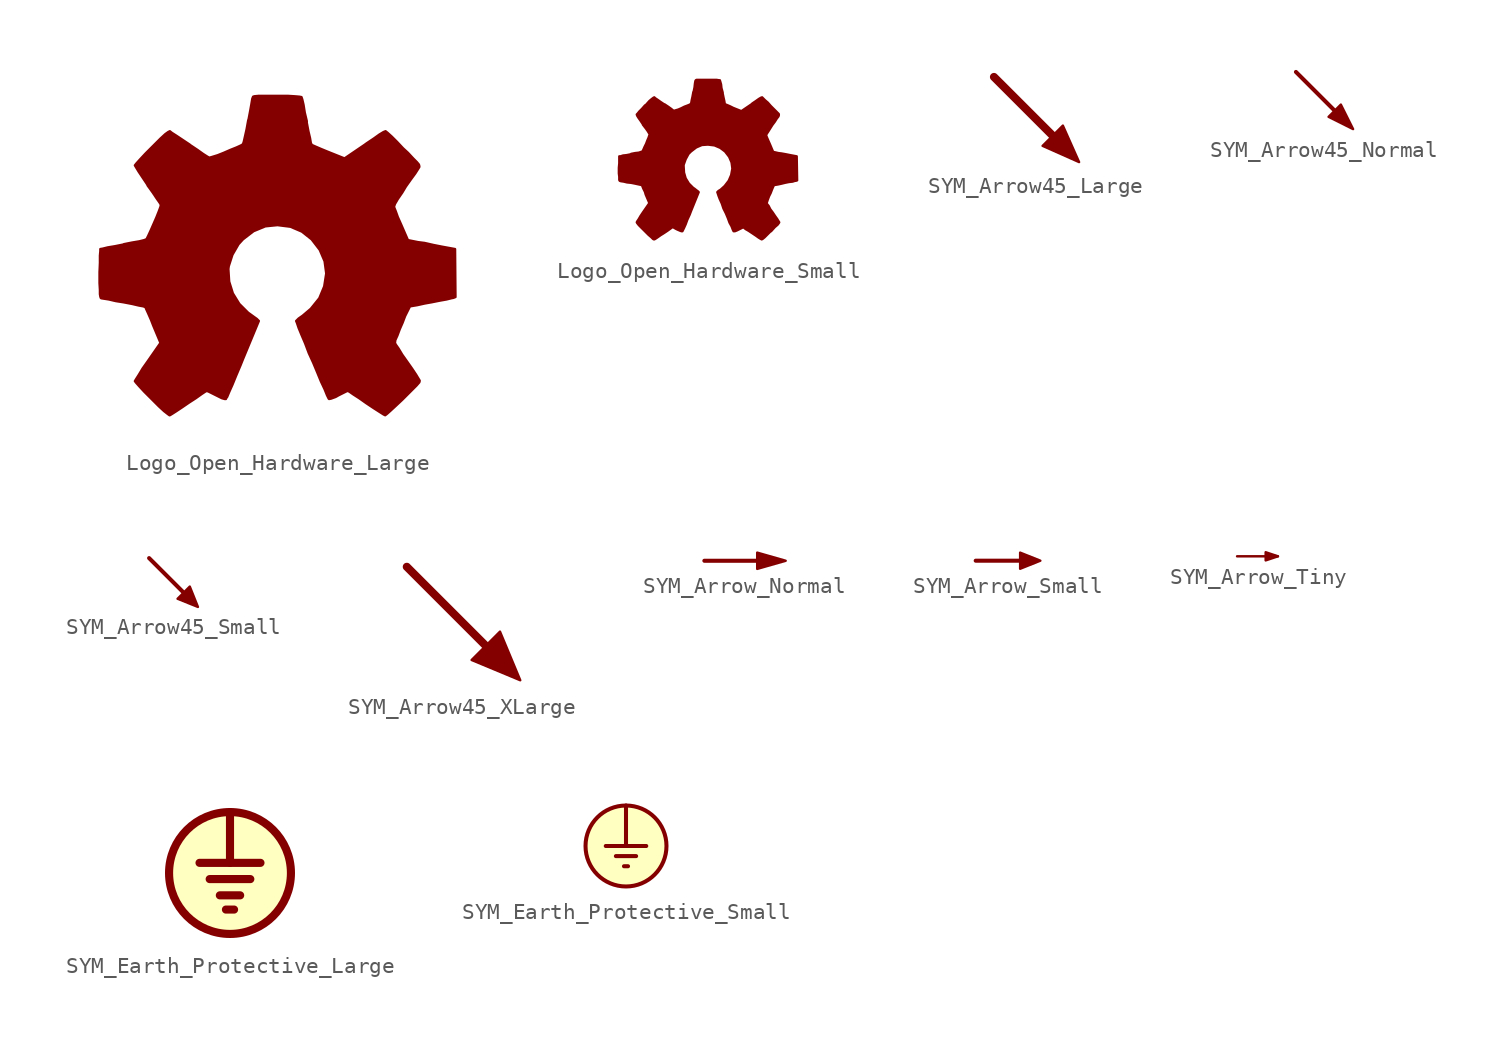
<source format=kicad_sym>
(kicad_symbol_lib
  (version 20211014)
  (generator kicad_symbol_editor)
  (symbol "Logo_Open_Hardware_Large"
    (pin_names
      (offset 1.016))
    (property "Reference" "#LOGO"
      (at 0 12.7 0)
      (effects (font (size 1.27 1.27)) hide))
    (symbol "Logo_Open_Hardware_Large_1_1"
      (polyline (pts (xy 6.731 -8.712) (xy 6.629 -8.661) (xy 6.35 -8.484) (xy 5.994 -8.255) (xy 5.537 -7.95) (xy 5.105 -7.645) (xy 4.75 -7.417) (xy 4.496 -7.239) (xy 4.394 -7.188) (xy 4.318 -7.214) (xy 4.115 -7.315) (xy 3.81 -7.468) (xy 3.632 -7.569) (xy 3.353 -7.671) (xy 3.226 -7.696) (xy 3.2 -7.671) (xy 3.099 -7.468) (xy 2.946 -7.087) (xy 2.718 -6.604) (xy 2.489 -6.045) (xy 2.235 -5.436) (xy 1.956 -4.826) (xy 1.727 -4.216) (xy 1.499 -3.683) (xy 1.321 -3.251) (xy 1.219 -2.946) (xy 1.168 -2.819) (xy 1.194 -2.794) (xy 1.321 -2.667) (xy 1.575 -2.489) (xy 2.083 -2.057) (xy 2.616 -1.397) (xy 2.921 -0.66) (xy 3.048 0.152) (xy 2.946 0.914) (xy 2.642 1.626) (xy 2.134 2.286) (xy 1.524 2.769) (xy 0.813 3.073) (xy 0 3.175) (xy -0.762 3.099) (xy -1.499 2.794) (xy -2.159 2.286) (xy -2.438 1.981) (xy -2.819 1.321) (xy -3.048 0.61) (xy -3.073 0.432) (xy -3.023 -0.356) (xy -2.794 -1.092) (xy -2.388 -1.753) (xy -1.829 -2.311) (xy -1.753 -2.362) (xy -1.473 -2.565) (xy -1.295 -2.692) (xy -1.168 -2.819) (xy -2.159 -5.207) (xy -2.311 -5.588) (xy -2.591 -6.248) (xy -2.819 -6.807) (xy -3.023 -7.264) (xy -3.15 -7.569) (xy -3.226 -7.671) (xy -3.226 -7.696) (xy -3.302 -7.696) (xy -3.48 -7.645) (xy -3.835 -7.468) (xy -4.039 -7.366) (xy -4.293 -7.239) (xy -4.42 -7.188) (xy -4.521 -7.239) (xy -4.75 -7.391) (xy -5.105 -7.645) (xy -5.537 -7.925) (xy -5.944 -8.204) (xy -6.325 -8.458) (xy -6.604 -8.636) (xy -6.731 -8.712) (xy -6.756 -8.712) (xy -6.858 -8.636) (xy -7.087 -8.458) (xy -7.417 -8.153) (xy -7.874 -7.696) (xy -7.95 -7.62) (xy -8.331 -7.239) (xy -8.636 -6.909) (xy -8.839 -6.68) (xy -8.915 -6.579) (xy -8.915 -6.579) (xy -8.839 -6.452) (xy -8.661 -6.172) (xy -8.433 -5.791) (xy -8.128 -5.359) (xy -7.315 -4.191) (xy -7.772 -3.099) (xy -7.899 -2.769) (xy -8.077 -2.362) (xy -8.204 -2.083) (xy -8.255 -1.956) (xy -8.382 -1.905) (xy -8.661 -1.854) (xy -9.093 -1.753) (xy -9.627 -1.651) (xy -10.109 -1.575) (xy -10.541 -1.473) (xy -10.871 -1.422) (xy -11.024 -1.397) (xy -11.049 -1.372) (xy -11.074 -1.295) (xy -11.1 -1.143) (xy -11.1 -0.889) (xy -11.125 -0.457) (xy -11.125 0.152) (xy -11.125 0.229) (xy -11.1 0.813) (xy -11.1 1.27) (xy -11.074 1.549) (xy -11.074 1.676) (xy -11.074 1.676) (xy -10.922 1.702) (xy -10.617 1.778) (xy -10.16 1.854) (xy -9.652 1.956) (xy -9.601 1.981) (xy -9.093 2.083) (xy -8.636 2.159) (xy -8.331 2.235) (xy -8.204 2.286) (xy -8.179 2.311) (xy -8.077 2.515) (xy -7.925 2.845) (xy -7.747 3.251) (xy -7.569 3.658) (xy -7.417 4.039) (xy -7.315 4.318) (xy -7.29 4.445) (xy -7.29 4.445) (xy -7.366 4.572) (xy -7.544 4.826) (xy -7.798 5.207) (xy -8.128 5.664) (xy -8.128 5.69) (xy -8.433 6.147) (xy -8.687 6.528) (xy -8.839 6.782) (xy -8.915 6.909) (xy -8.915 6.909) (xy -8.814 7.036) (xy -8.585 7.29) (xy -8.255 7.645) (xy -7.874 8.026) (xy -7.747 8.153) (xy -7.315 8.585) (xy -7.01 8.865) (xy -6.833 8.992) (xy -6.731 9.042) (xy -6.731 9.042) (xy -6.604 8.941) (xy -6.325 8.763) (xy -5.944 8.509) (xy -5.486 8.204) (xy -5.461 8.179) (xy -5.004 7.874) (xy -4.648 7.62) (xy -4.369 7.442) (xy -4.267 7.391) (xy -4.242 7.391) (xy -4.064 7.442) (xy -3.734 7.544) (xy -3.353 7.696) (xy -2.946 7.874) (xy -2.565 8.026) (xy -2.286 8.153) (xy -2.159 8.23) (xy -2.159 8.23) (xy -2.108 8.382) (xy -2.032 8.712) (xy -1.93 9.169) (xy -1.829 9.728) (xy -1.803 9.804) (xy -1.702 10.338) (xy -1.626 10.77) (xy -1.575 11.074) (xy -1.524 11.201) (xy -1.448 11.227) (xy -1.194 11.252) (xy -0.813 11.252) (xy -0.33 11.252) (xy 0.152 11.252) (xy 0.66 11.252) (xy 1.067 11.227) (xy 1.372 11.201) (xy 1.499 11.176) (xy 1.499 11.176) (xy 1.549 11.024) (xy 1.626 10.693) (xy 1.702 10.211) (xy 1.829 9.677) (xy 1.829 9.576) (xy 1.93 9.042) (xy 2.032 8.611) (xy 2.083 8.306) (xy 2.134 8.204) (xy 2.159 8.179) (xy 2.388 8.077) (xy 2.743 7.925) (xy 3.175 7.747) (xy 4.191 7.341) (xy 5.461 8.204) (xy 5.563 8.28) (xy 6.02 8.585) (xy 6.375 8.839) (xy 6.629 8.992) (xy 6.756 9.042) (xy 6.756 9.042) (xy 6.883 8.941) (xy 7.137 8.712) (xy 7.468 8.382) (xy 7.849 7.976) (xy 8.153 7.696) (xy 8.484 7.341) (xy 8.712 7.112) (xy 8.839 6.96) (xy 8.865 6.858) (xy 8.865 6.807) (xy 8.788 6.68) (xy 8.611 6.401) (xy 8.331 6.02) (xy 8.026 5.588) (xy 7.798 5.207) (xy 7.518 4.801) (xy 7.341 4.496) (xy 7.29 4.343) (xy 7.29 4.293) (xy 7.391 4.039) (xy 7.518 3.683) (xy 7.722 3.226) (xy 8.153 2.235) (xy 8.788 2.108) (xy 9.195 2.057) (xy 9.754 1.93) (xy 10.262 1.829) (xy 11.1 1.676) (xy 11.125 -1.321) (xy 10.998 -1.372) (xy 10.871 -1.397) (xy 10.566 -1.473) (xy 10.135 -1.549) (xy 9.627 -1.651) (xy 9.195 -1.727) (xy 8.738 -1.829) (xy 8.433 -1.88) (xy 8.28 -1.905) (xy 8.255 -1.956) (xy 8.153 -2.159) (xy 7.976 -2.515) (xy 7.823 -2.921) (xy 7.645 -3.327) (xy 7.493 -3.734) (xy 7.366 -4.013) (xy 7.341 -4.191) (xy 7.391 -4.293) (xy 7.569 -4.547) (xy 7.798 -4.928) (xy 8.103 -5.359) (xy 8.407 -5.791) (xy 8.661 -6.172) (xy 8.814 -6.426) (xy 8.89 -6.553) (xy 8.865 -6.655) (xy 8.687 -6.858) (xy 8.357 -7.188) (xy 7.874 -7.671) (xy 7.798 -7.747) (xy 7.391 -8.128) (xy 7.061 -8.433) (xy 6.833 -8.636) (xy 6.731 -8.712)) (stroke (width 0) (type default) (color 0 0 0 0)) (fill (type outline)))))
  (symbol "Logo_Open_Hardware_Small"
    (pin_names
      (offset 1.016))
    (property "Reference" "#LOGO"
      (at 0 6.985 0)
      (effects (font (size 1.27 1.27)) hide))
    (symbol "Logo_Open_Hardware_Small_0_1"
      (polyline (pts (xy 3.353 -4.343) (xy 3.302 -4.318) (xy 3.175 -4.242) (xy 2.997 -4.115) (xy 2.769 -3.962) (xy 2.54 -3.81) (xy 2.362 -3.708) (xy 2.235 -3.607) (xy 2.184 -3.581) (xy 2.159 -3.607) (xy 2.057 -3.658) (xy 1.905 -3.734) (xy 1.803 -3.785) (xy 1.676 -3.835) (xy 1.6 -3.835) (xy 1.6 -3.835) (xy 1.549 -3.734) (xy 1.473 -3.531) (xy 1.346 -3.302) (xy 1.245 -3.023) (xy 1.118 -2.718) (xy 0.965 -2.413) (xy 0.864 -2.108) (xy 0.737 -1.829) (xy 0.66 -1.626) (xy 0.61 -1.473) (xy 0.584 -1.397) (xy 0.584 -1.397) (xy 0.66 -1.321) (xy 0.787 -1.245) (xy 1.041 -1.016) (xy 1.295 -0.686) (xy 1.448 -0.33) (xy 1.524 0.076) (xy 1.473 0.457) (xy 1.321 0.813) (xy 1.067 1.143) (xy 0.762 1.372) (xy 0.406 1.524) (xy 0 1.575) (xy -0.381 1.549) (xy -0.737 1.397) (xy -1.067 1.143) (xy -1.219 0.991) (xy -1.397 0.66) (xy -1.524 0.305) (xy -1.524 0.229) (xy -1.499 -0.178) (xy -1.397 -0.533) (xy -1.194 -0.864) (xy -0.914 -1.143) (xy -0.864 -1.168) (xy -0.737 -1.27) (xy -0.635 -1.346) (xy -0.584 -1.397) (xy -1.067 -2.591) (xy -1.143 -2.794) (xy -1.295 -3.124) (xy -1.397 -3.404) (xy -1.499 -3.632) (xy -1.575 -3.785) (xy -1.6 -3.835) (xy -1.6 -3.835) (xy -1.651 -3.835) (xy -1.727 -3.81) (xy -1.905 -3.734) (xy -2.007 -3.683) (xy -2.134 -3.607) (xy -2.21 -3.581) (xy -2.261 -3.607) (xy -2.362 -3.683) (xy -2.54 -3.81) (xy -2.769 -3.962) (xy -2.972 -4.089) (xy -3.15 -4.216) (xy -3.302 -4.318) (xy -3.353 -4.343) (xy -3.378 -4.343) (xy -3.429 -4.318) (xy -3.531 -4.216) (xy -3.708 -4.064) (xy -3.937 -3.835) (xy -3.962 -3.81) (xy -4.166 -3.607) (xy -4.318 -3.454) (xy -4.42 -3.327) (xy -4.445 -3.277) (xy -4.445 -3.277) (xy -4.42 -3.226) (xy -4.318 -3.073) (xy -4.216 -2.896) (xy -4.064 -2.667) (xy -3.658 -2.083) (xy -3.886 -1.549) (xy -3.937 -1.372) (xy -4.039 -1.168) (xy -4.089 -1.041) (xy -4.115 -0.965) (xy -4.191 -0.94) (xy -4.318 -0.914) (xy -4.547 -0.864) (xy -4.801 -0.813) (xy -5.055 -0.787) (xy -5.258 -0.737) (xy -5.436 -0.711) (xy -5.512 -0.686) (xy -5.512 -0.686) (xy -5.537 -0.635) (xy -5.537 -0.559) (xy -5.537 -0.432) (xy -5.563 -0.229) (xy -5.563 0.076) (xy -5.563 0.127) (xy -5.537 0.406) (xy -5.537 0.635) (xy -5.537 0.762) (xy -5.537 0.838) (xy -5.537 0.838) (xy -5.461 0.838) (xy -5.309 0.889) (xy -5.08 0.914) (xy -4.826 0.965) (xy -4.801 0.991) (xy -4.547 1.041) (xy -4.318 1.067) (xy -4.166 1.118) (xy -4.089 1.143) (xy -4.089 1.143) (xy -4.039 1.245) (xy -3.962 1.422) (xy -3.861 1.626) (xy -3.785 1.829) (xy -3.708 2.007) (xy -3.658 2.159) (xy -3.632 2.21) (xy -3.632 2.21) (xy -3.683 2.286) (xy -3.759 2.413) (xy -3.886 2.591) (xy -4.064 2.819) (xy -4.064 2.845) (xy -4.216 3.073) (xy -4.343 3.251) (xy -4.42 3.378) (xy -4.445 3.454) (xy -4.445 3.454) (xy -4.394 3.505) (xy -4.293 3.632) (xy -4.115 3.81) (xy -3.937 4.013) (xy -3.861 4.064) (xy -3.658 4.293) (xy -3.505 4.42) (xy -3.404 4.496) (xy -3.353 4.521) (xy -3.353 4.521) (xy -3.302 4.47) (xy -3.15 4.369) (xy -2.972 4.242) (xy -2.743 4.089) (xy -2.718 4.089) (xy -2.489 3.937) (xy -2.311 3.81) (xy -2.184 3.708) (xy -2.134 3.683) (xy -2.108 3.683) (xy -2.032 3.708) (xy -1.854 3.759) (xy -1.676 3.835) (xy -1.473 3.937) (xy -1.27 4.013) (xy -1.143 4.064) (xy -1.067 4.115) (xy -1.067 4.115) (xy -1.041 4.191) (xy -1.016 4.343) (xy -0.965 4.572) (xy -0.914 4.851) (xy -0.889 4.902) (xy -0.838 5.156) (xy -0.813 5.385) (xy -0.787 5.537) (xy -0.762 5.588) (xy -0.711 5.613) (xy -0.584 5.613) (xy -0.406 5.613) (xy -0.152 5.613) (xy 0.076 5.613) (xy 0.33 5.613) (xy 0.533 5.613) (xy 0.686 5.588) (xy 0.737 5.588) (xy 0.737 5.588) (xy 0.762 5.512) (xy 0.813 5.334) (xy 0.838 5.105) (xy 0.914 4.826) (xy 0.914 4.775) (xy 0.965 4.521) (xy 1.016 4.293) (xy 1.041 4.14) (xy 1.067 4.089) (xy 1.067 4.089) (xy 1.194 4.039) (xy 1.372 3.962) (xy 1.575 3.861) (xy 2.083 3.658) (xy 2.718 4.089) (xy 2.769 4.14) (xy 2.997 4.293) (xy 3.175 4.42) (xy 3.302 4.496) (xy 3.378 4.521) (xy 3.378 4.521) (xy 3.429 4.47) (xy 3.556 4.343) (xy 3.734 4.191) (xy 3.912 3.988) (xy 4.064 3.835) (xy 4.242 3.658) (xy 4.343 3.556) (xy 4.42 3.48) (xy 4.42 3.429) (xy 4.42 3.404) (xy 4.394 3.327) (xy 4.293 3.2) (xy 4.166 2.997) (xy 4.013 2.794) (xy 3.886 2.591) (xy 3.759 2.388) (xy 3.658 2.235) (xy 3.632 2.159) (xy 3.632 2.134) (xy 3.683 2.007) (xy 3.759 1.829) (xy 3.861 1.6) (xy 4.064 1.118) (xy 4.394 1.041) (xy 4.597 1.016) (xy 4.877 0.965) (xy 5.131 0.914) (xy 5.537 0.838) (xy 5.563 -0.66) (xy 5.486 -0.686) (xy 5.436 -0.686) (xy 5.283 -0.737) (xy 5.055 -0.762) (xy 4.801 -0.813) (xy 4.597 -0.864) (xy 4.369 -0.914) (xy 4.216 -0.94) (xy 4.14 -0.94) (xy 4.115 -0.965) (xy 4.064 -1.067) (xy 3.988 -1.245) (xy 3.912 -1.448) (xy 3.81 -1.651) (xy 3.734 -1.854) (xy 3.683 -2.007) (xy 3.658 -2.083) (xy 3.683 -2.134) (xy 3.785 -2.261) (xy 3.886 -2.464) (xy 4.039 -2.667) (xy 4.191 -2.896) (xy 4.318 -3.073) (xy 4.394 -3.2) (xy 4.445 -3.277) (xy 4.42 -3.327) (xy 4.343 -3.429) (xy 4.166 -3.581) (xy 3.937 -3.835) (xy 3.886 -3.861) (xy 3.683 -4.064) (xy 3.531 -4.216) (xy 3.404 -4.318) (xy 3.353 -4.343)) (stroke (width 0) (type default) (color 0 0 0 0)) (fill (type outline)))))
  (symbol "SYM_Arrow45_Large"
    (pin_names
      (offset 1.016))
    (property "Reference" "#SYM"
      (at 0 4.064 0)
      (effects (font (size 1.27 1.27)) hide))
    (symbol "SYM_Arrow45_Large_0_1"
      (polyline (pts (xy -2.54 2.54) (xy 2.286 -2.286)) (stroke (width 0.508) (type default) (color 0 0 0 0)) (fill (type none)))
      (polyline (pts (xy 2.794 -2.794) (xy 0.508 -1.778) (xy 1.778 -0.508) (xy 2.794 -2.794)) (stroke (width 0) (type default) (color 0 0 0 0)) (fill (type outline)))))
  (symbol "SYM_Arrow45_Normal"
    (pin_names
      (offset 1.016))
    (property "Reference" "#SYM"
      (at 3.81 1.27 0)
      (effects (font (size 1.27 1.27)) hide))
    (symbol "SYM_Arrow45_Normal_0_1"
      (polyline (pts (xy 1.524 -1.524) (xy -1.778 1.778)) (stroke (width 0.254) (type default) (color 0 0 0 0)) (fill (type none)))
      (polyline (pts (xy 1.778 -1.778) (xy 0.254 -1.016) (xy 1.016 -0.254) (xy 1.778 -1.778)) (stroke (width 0) (type default) (color 0 0 0 0)) (fill (type outline)))))
  (symbol "SYM_Arrow45_Small"
    (pin_names
      (offset 1.016))
    (property "Reference" "#SYM"
      (at 4.318 1.016 0)
      (effects (font (size 1.27 1.27)) hide))
    (symbol "SYM_Arrow45_Small_0_1"
      (polyline (pts (xy 1.27 -1.27) (xy -1.524 1.524)) (stroke (width 0.254) (type default) (color 0 0 0 0)) (fill (type none)))
      (polyline (pts (xy 1.524 -1.524) (xy 0.254 -1.016) (xy 1.016 -0.254) (xy 1.524 -1.524)) (stroke (width 0) (type default) (color 0 0 0 0)) (fill (type outline)))))
  (symbol "SYM_Arrow45_XLarge"
    (pin_names
      (offset 1.016))
    (property "Reference" "#SYM"
      (at 2.794 2.54 0)
      (effects (font (size 1.27 1.27)) hide))
    (symbol "SYM_Arrow45_XLarge_0_1"
      (polyline (pts (xy 3.048 -3.048) (xy -3.556 3.556)) (stroke (width 0.508) (type default) (color 0 0 0 0)) (fill (type none)))
      (polyline (pts (xy 3.556 -3.556) (xy 0.508 -2.286) (xy 2.286 -0.508) (xy 3.556 -3.556)) (stroke (width 0) (type default) (color 0 0 0 0)) (fill (type outline)))))
  (symbol "SYM_Arrow_Normal"
    (pin_names
      (offset 1.016))
    (property "Reference" "#SYM"
      (at 0 1.524 0)
      (effects (font (size 1.27 1.27)) hide))
    (symbol "SYM_Arrow_Normal_0_1"
      (polyline (pts (xy 1.524 0) (xy -2.54 0)) (stroke (width 0.254) (type default) (color 0 0 0 0)) (fill (type none)))
      (polyline (pts (xy 2.54 0) (xy 0.762 -0.508) (xy 0.762 0.508) (xy 2.54 0)) (stroke (width 0) (type default) (color 0 0 0 0)) (fill (type outline)))))
  (symbol "SYM_Arrow_Small"
    (pin_names
      (offset 1.016))
    (property "Reference" "#SYM"
      (at 0 1.524 0)
      (effects (font (size 1.27 1.27)) hide))
    (symbol "SYM_Arrow_Small_0_1"
      (polyline (pts (xy 1.524 0) (xy -2.032 0)) (stroke (width 0.254) (type default) (color 0 0 0 0)) (fill (type none)))
      (polyline (pts (xy 2.032 0) (xy 0.762 -0.508) (xy 0.762 0.508) (xy 2.032 0)) (stroke (width 0) (type default) (color 0 0 0 0)) (fill (type outline)))))
  (symbol "SYM_Arrow_Tiny"
    (pin_names
      (offset 1.016))
    (property "Reference" "#SYM"
      (at 0 1.524 0)
      (effects (font (size 1.27 1.27)) hide))
    (symbol "SYM_Arrow_Tiny_0_1"
      (polyline (pts (xy 1.27 0) (xy -1.27 0)) (stroke (width 0) (type default) (color 0 0 0 0)) (fill (type none)))
      (polyline (pts (xy 1.27 0) (xy 0.508 -0.254) (xy 0.508 0.254) (xy 1.27 0)) (stroke (width 0) (type default) (color 0 0 0 0)) (fill (type outline)))))
  (symbol "SYM_Earth_Protective_Large"
    (pin_names
      (offset 0))
    (property "Reference" "#SYM"
      (at 0 5.08 0)
      (effects (font (size 1.27 1.27)) hide))
    (symbol "SYM_Earth_Protective_Large_0_1"
      (polyline (pts (xy -1.27 -0.381) (xy 1.27 -0.381)) (stroke (width 0.508) (type default) (color 0 0 0 0)) (fill (type none)))
      (polyline (pts (xy -0.254 -2.286) (xy 0.254 -2.286)) (stroke (width 0.508) (type default) (color 0 0 0 0)) (fill (type none)))
      (polyline (pts (xy 0 0.635) (xy 0 3.81)) (stroke (width 0.508) (type default) (color 0 0 0 0)) (fill (type none)))
      (polyline (pts (xy 1.905 0.635) (xy -1.905 0.635)) (stroke (width 0.508) (type default) (color 0 0 0 0)) (fill (type none)))
      (polyline (pts (xy 0.635 -1.397) (xy -0.635 -1.397) (xy 0.635 -1.397)) (stroke (width 0.508) (type default) (color 0 0 0 0)) (fill (type none)))
      (circle (center 0 0) (radius 3.81) (stroke (width 0.508) (type default) (color 0 0 0 0)) (fill (type background)))))
  (symbol "SYM_Earth_Protective_Small"
    (pin_names
      (offset 0))
    (property "Reference" "#SYM"
      (at 0 3.81 0)
      (effects (font (size 1.27 1.27)) hide))
    (symbol "SYM_Earth_Protective_Small_0_1"
      (polyline (pts (xy -0.635 -0.635) (xy 0.635 -0.635)) (stroke (width 0.254) (type default) (color 0 0 0 0)) (fill (type none)))
      (polyline (pts (xy -0.127 -1.27) (xy 0.127 -1.27)) (stroke (width 0.254) (type default) (color 0 0 0 0)) (fill (type none)))
      (polyline (pts (xy 0 0) (xy 0 2.54)) (stroke (width 0.254) (type default) (color 0 0 0 0)) (fill (type none)))
      (polyline (pts (xy 1.27 0) (xy -1.27 0)) (stroke (width 0.254) (type default) (color 0 0 0 0)) (fill (type none)))
      (circle (center 0 0) (radius 2.54) (stroke (width 0.254) (type default) (color 0 0 0 0)) (fill (type background))))))
</source>
